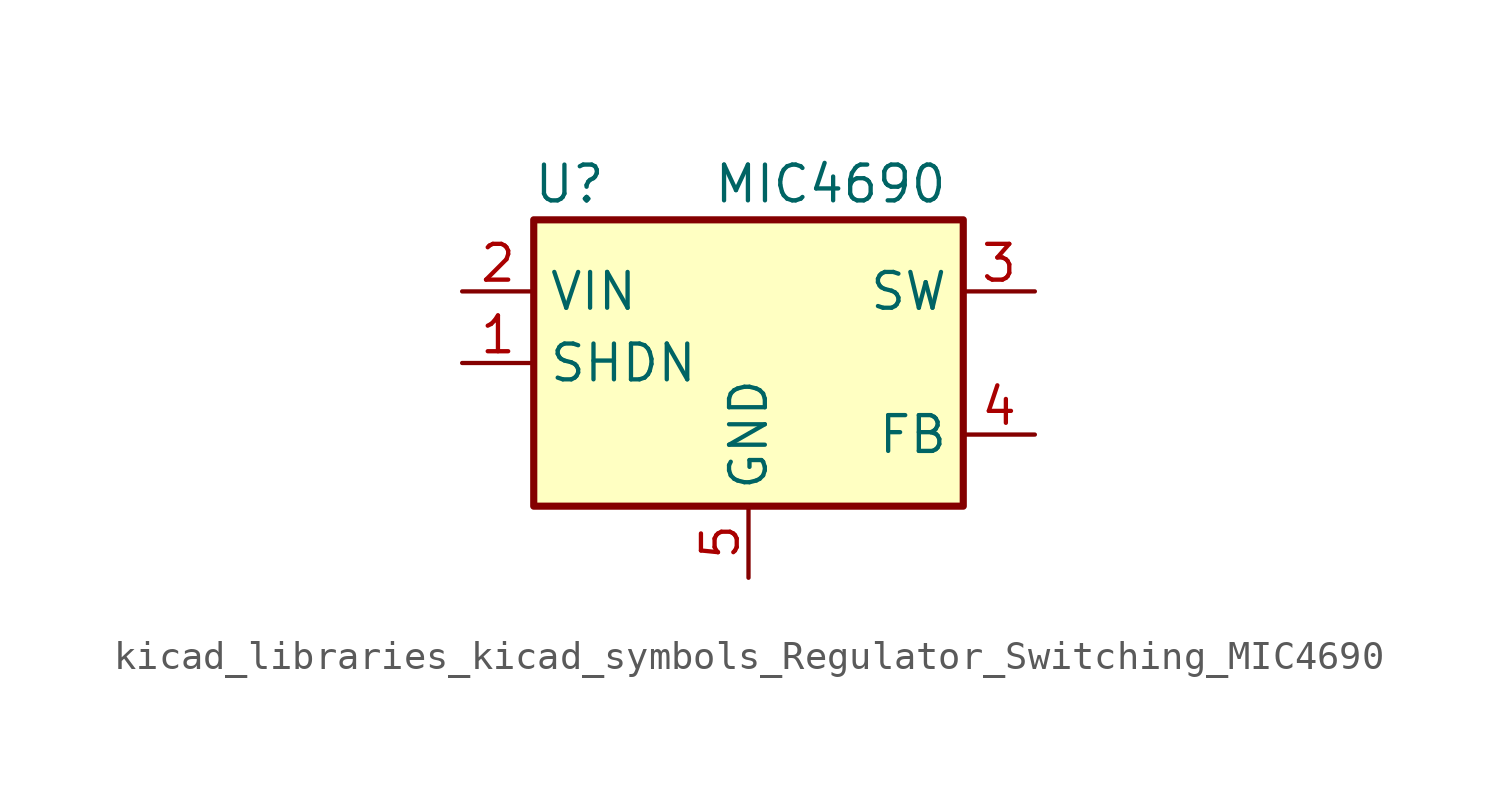
<source format=kicad_sym>
(kicad_symbol_lib
  (version 20220914)
  (generator kicad_symbol_editor)
  (symbol "kicad_libraries_kicad_symbols_Regulator_Switching_MIC4690"
    (property "Reference" "U"
      (at -6.35 6.35 0)
      (effects (font (size 1.27 1.27))))
    (property "Value" "MIC4690"
      (at -1.27 6.35 0)
      (effects (font (size 1.27 1.27)) (justify left)))
    (symbol "kicad_libraries_kicad_symbols_Regulator_Switching_MIC4690_0_1"
      (rectangle (start -7.62 5.08) (end 7.62 -5.08) (stroke (width 0.254) (type default)) (fill (type background))))
    (symbol "kicad_libraries_kicad_symbols_Regulator_Switching_MIC4690_1_1"
      (pin input line (at -10.16 0 0) (length 2.54) (name "SHDN" (effects (font (size 1.27 1.27)))) (number "1" (effects (font (size 1.27 1.27)))))
      (pin power_in line (at -10.16 2.54 0) (length 2.54) (name "VIN" (effects (font (size 1.27 1.27)))) (number "2" (effects (font (size 1.27 1.27)))))
      (pin power_out line (at 10.16 2.54 180) (length 2.54) (name "SW" (effects (font (size 1.27 1.27)))) (number "3" (effects (font (size 1.27 1.27)))))
      (pin input line (at 10.16 -2.54 180) (length 2.54) (name "FB" (effects (font (size 1.27 1.27)))) (number "4" (effects (font (size 1.27 1.27)))))
      (pin power_in line (at 0 -7.62 90) (length 2.54) (name "GND" (effects (font (size 1.27 1.27)))) (number "5" (effects (font (size 1.27 1.27)))))
      (pin passive line (at 0 -7.62 90) (length 2.54) hide (name "GND" (effects (font (size 1.27 1.27)))) (number "6" (effects (font (size 1.27 1.27)))))
      (pin passive line (at 0 -7.62 90) (length 2.54) hide (name "GND" (effects (font (size 1.27 1.27)))) (number "7" (effects (font (size 1.27 1.27)))))
      (pin passive line (at 0 -7.62 90) (length 2.54) hide (name "GND" (effects (font (size 1.27 1.27)))) (number "8" (effects (font (size 1.27 1.27))))))))
</source>
